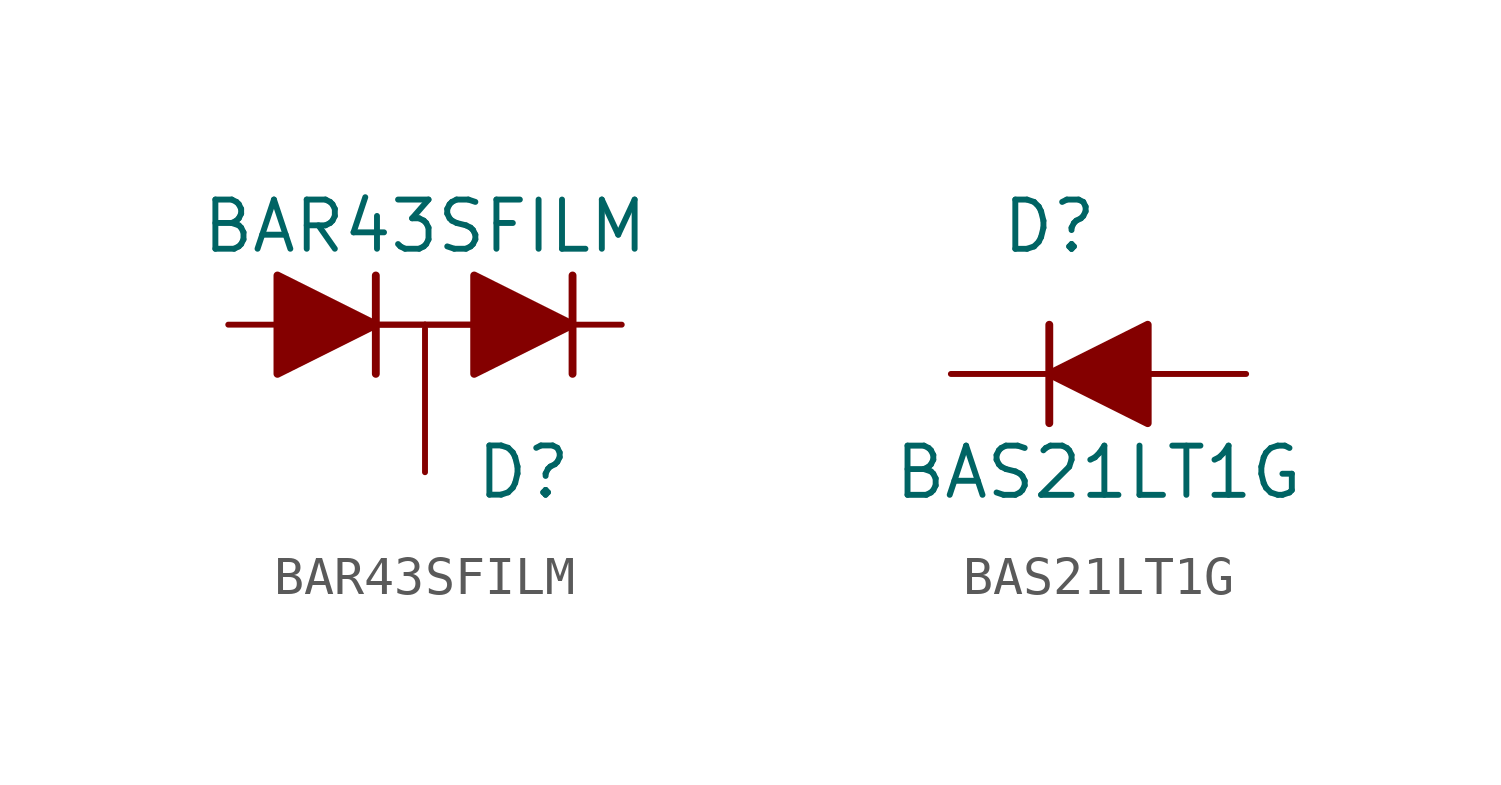
<source format=kicad_sym>
(kicad_symbol_lib
  (version 20211014)
  (generator kicad_symbol_editor)
  (symbol "BAR43SFILM"
    (pin_numbers hide)
    (pin_names
      (offset 1.016) hide)
    (property "Reference" "D"
      (at 2.54 -3.81 0)
      (effects (font (size 1.27 1.27))))
    (property "Value" "BAR43SFILM"
      (at 0 2.54 0)
      (effects (font (size 1.27 1.27))))
    (symbol "BAR43SFILM_0_1"
      (polyline (pts (xy -3.81 0) (xy -1.27 0)) (stroke (width 0) (type default) (color 0 0 0 0)) (fill (type none)))
      (polyline (pts (xy -1.27 -1.27) (xy -1.27 1.27)) (stroke (width 0.203) (type default) (color 0 0 0 0)) (fill (type none)))
      (polyline (pts (xy 0 0) (xy -1.27 0)) (stroke (width 0) (type default) (color 0 0 0 0)) (fill (type none)))
      (polyline (pts (xy 0 0) (xy 2.54 0)) (stroke (width 0) (type default) (color 0 0 0 0)) (fill (type none)))
      (polyline (pts (xy 1.27 0) (xy 3.81 0)) (stroke (width 0) (type default) (color 0 0 0 0)) (fill (type none)))
      (polyline (pts (xy 3.81 -1.27) (xy 3.81 1.27)) (stroke (width 0.203) (type default) (color 0 0 0 0)) (fill (type none)))
      (polyline (pts (xy -3.81 -1.27) (xy -3.81 1.27) (xy -1.27 0) (xy -3.81 -1.27)) (stroke (width 0.203) (type default) (color 0 0 0 0)) (fill (type outline)))
      (polyline (pts (xy 1.27 -1.27) (xy 1.27 1.27) (xy 3.81 0) (xy 1.27 -1.27)) (stroke (width 0.203) (type default) (color 0 0 0 0)) (fill (type outline))))
    (symbol "BAR43SFILM_1_1"
      (pin power_in line (at -5.08 0 0) (length 5.08) (name "A2" (effects (font (size 1.27 1.27)))) (number "1" (effects (font (size 1.27 1.27)))))
      (pin power_out line (at 5.08 0 180) (length 5.08) (name "K1" (effects (font (size 1.27 1.27)))) (number "2" (effects (font (size 1.27 1.27)))))
      (pin power_out line (at 0 -3.81 90) (length 3.708) (name "A1/K2" (effects (font (size 1.27 1.27)))) (number "3" (effects (font (size 1.27 1.27)))))))
  (symbol "BAS21LT1G"
    (pin_numbers hide)
    (pin_names
      (offset 0) hide)
    (property "Reference" "D"
      (at -1.27 3.81 0)
      (effects (font (size 1.27 1.27))))
    (property "Value" "BAS21LT1G"
      (at 0 -2.54 0)
      (effects (font (size 1.27 1.27))))
    (symbol "BAS21LT1G_1_1"
      (polyline (pts (xy -1.27 1.27) (xy -1.27 -1.27)) (stroke (width 0.203) (type default) (color 0 0 0 0)) (fill (type none)))
      (polyline (pts (xy 1.27 0) (xy -1.27 0)) (stroke (width 0) (type default) (color 0 0 0 0)) (fill (type none)))
      (polyline (pts (xy 1.27 1.27) (xy 1.27 -1.27) (xy -1.27 0) (xy 1.27 1.27)) (stroke (width 0.203) (type default) (color 0 0 0 0)) (fill (type outline)))
      (pin passive line (at 3.81 0 180) (length 2.54) (name "~" (effects (font (size 1.27 1.27)))) (number "1" (effects (font (size 1.27 1.27)))))
      (pin no_connect line (at -1.27 -2.54 90) (length 2.54) hide (name "NC" (effects (font (size 1.27 1.27)))) (number "2" (effects (font (size 1.27 1.27)))))
      (pin passive line (at -3.81 0 0) (length 2.54) (name "~" (effects (font (size 1.27 1.27)))) (number "3" (effects (font (size 1.27 1.27))))))))
</source>
